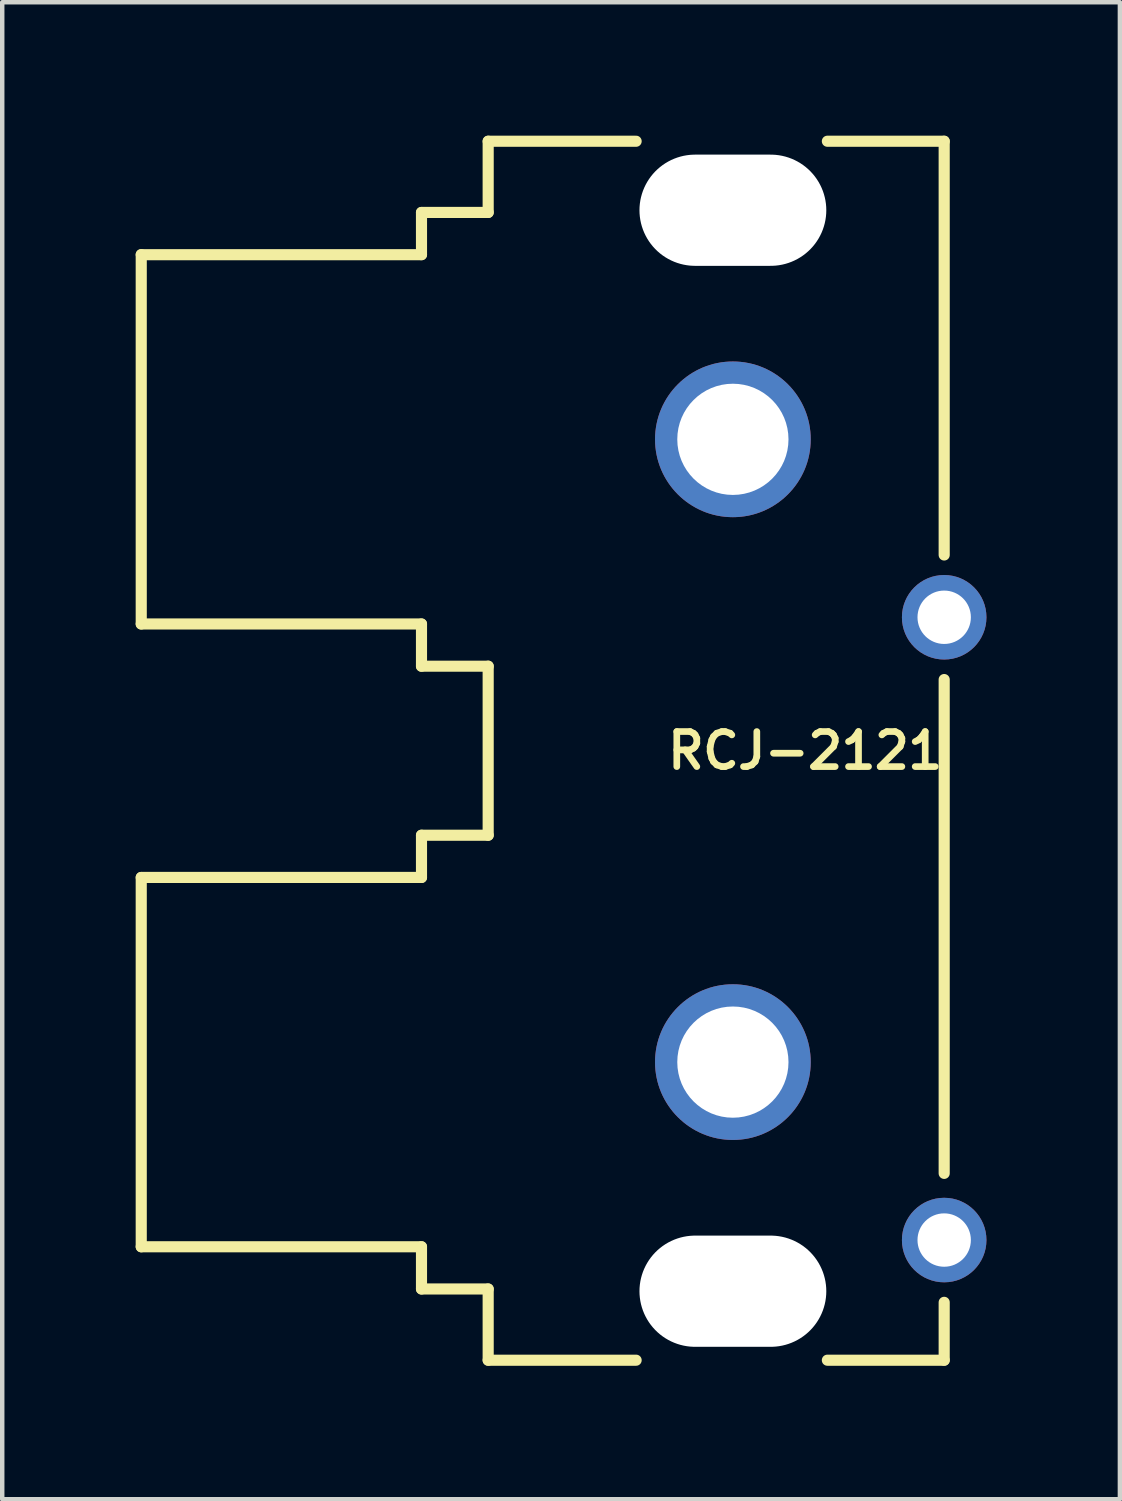
<source format=kicad_pcb>
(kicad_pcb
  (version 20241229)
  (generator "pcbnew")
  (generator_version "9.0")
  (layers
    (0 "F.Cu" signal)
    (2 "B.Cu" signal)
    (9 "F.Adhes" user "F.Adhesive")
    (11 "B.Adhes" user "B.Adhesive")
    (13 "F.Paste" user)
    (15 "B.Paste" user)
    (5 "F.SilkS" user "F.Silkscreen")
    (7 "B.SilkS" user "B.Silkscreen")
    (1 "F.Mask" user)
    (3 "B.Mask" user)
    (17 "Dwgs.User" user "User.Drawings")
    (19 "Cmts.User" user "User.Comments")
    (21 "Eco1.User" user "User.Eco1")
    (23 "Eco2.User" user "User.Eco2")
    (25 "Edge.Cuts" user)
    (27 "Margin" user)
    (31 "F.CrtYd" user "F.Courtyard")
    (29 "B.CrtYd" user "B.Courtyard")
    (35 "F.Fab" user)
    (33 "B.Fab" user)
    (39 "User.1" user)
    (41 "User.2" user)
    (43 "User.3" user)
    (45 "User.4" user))
  (footprint "RCJ-2121"
    (layer "F.Cu")
    (at 15.05 13.826)
    (property "Reference" "RCJ-2121" (at 0 0 0) (layer "F.SilkS") (effects (font (size 0.787 0.787) (thickness 0.15))))
    (attr through_hole)
    (fp_line (start -14.925 -11.151) (end -8.625 -11.151) (stroke (width 0.25) (type solid)) (layer "F.SilkS"))
    (fp_line (start -14.925 -2.849) (end -14.925 -11.151) (stroke (width 0.25) (type solid)) (layer "F.SilkS"))
    (fp_line (start -14.925 -2.849) (end -8.625 -2.849) (stroke (width 0.25) (type solid)) (layer "F.SilkS"))
    (fp_line (start -14.925 2.849) (end -8.625 2.849) (stroke (width 0.25) (type solid)) (layer "F.SilkS"))
    (fp_line (start -14.925 11.151) (end -14.925 2.849) (stroke (width 0.25) (type solid)) (layer "F.SilkS"))
    (fp_line (start -14.925 11.151) (end -8.625 11.151) (stroke (width 0.25) (type solid)) (layer "F.SilkS"))
    (fp_line (start -8.625 -12.1) (end -7.126 -12.1) (stroke (width 0.25) (type solid)) (layer "F.SilkS"))
    (fp_line (start -8.625 -11.151) (end -8.625 -12.1) (stroke (width 0.25) (type solid)) (layer "F.SilkS"))
    (fp_line (start -8.625 -2.849) (end -8.625 -1.9) (stroke (width 0.25) (type solid)) (layer "F.SilkS"))
    (fp_line (start -8.625 -1.9) (end -7.126 -1.9) (stroke (width 0.25) (type solid)) (layer "F.SilkS"))
    (fp_line (start -8.625 1.9) (end -7.126 1.9) (stroke (width 0.25) (type solid)) (layer "F.SilkS"))
    (fp_line (start -8.625 2.849) (end -8.625 1.9) (stroke (width 0.25) (type solid)) (layer "F.SilkS"))
    (fp_line (start -8.625 11.151) (end -8.625 12.1) (stroke (width 0.25) (type solid)) (layer "F.SilkS"))
    (fp_line (start -8.625 12.1) (end -7.126 12.1) (stroke (width 0.25) (type solid)) (layer "F.SilkS"))
    (fp_line (start -7.126 -12.1) (end -7.126 -13.701) (stroke (width 0.25) (type solid)) (layer "F.SilkS"))
    (fp_line (start -7.126 1.9) (end -7.126 -1.9) (stroke (width 0.25) (type solid)) (layer "F.SilkS"))
    (fp_line (start -7.126 13.701) (end -7.126 12.1) (stroke (width 0.25) (type solid)) (layer "F.SilkS"))
    (fp_line (start -3.8 -13.701) (end -7.126 -13.701) (stroke (width 0.25) (type solid)) (layer "F.SilkS"))
    (fp_line (start -3.8 13.701) (end -7.126 13.701) (stroke (width 0.25) (type solid)) (layer "F.SilkS"))
    (fp_line (start 0.499 -13.701) (end 3.125 -13.701) (stroke (width 0.25) (type solid)) (layer "F.SilkS"))
    (fp_line (start 0.499 13.701) (end 3.125 13.701) (stroke (width 0.25) (type solid)) (layer "F.SilkS"))
    (fp_line (start 3.125 -4.4) (end 3.125 -13.701) (stroke (width 0.25) (type solid)) (layer "F.SilkS"))
    (fp_line (start 3.125 9.501) (end 3.125 -1.6) (stroke (width 0.25) (type solid)) (layer "F.SilkS"))
    (fp_line (start 3.125 13.701) (end 3.125 12.4) (stroke (width 0.25) (type solid)) (layer "F.SilkS"))
    (pad "" np_thru_hole oval (at -1.625 -12.15) (size 4.2 2.5) (drill oval 4.2 2.5) (layers "*.Cu"))
    (pad "" np_thru_hole oval (at -1.625 12.15) (size 4.2 2.5) (drill oval 4.2 2.5) (layers "*.Cu"))
    (pad "1" thru_hole circle (at -1.625 -7) (size 3.5 3.5) (drill 2.5) (layers "*.Cu" "*.Mask"))
    (pad "2" thru_hole circle (at 3.125 -3) (size 1.9 1.9) (drill 1.2) (layers "*.Cu" "*.Mask"))
    (pad "3" thru_hole circle (at -1.625 7) (size 3.5 3.5) (drill 2.5) (layers "*.Cu" "*.Mask"))
    (pad "4" thru_hole circle (at 3.125 11) (size 1.9 1.9) (drill 1.2) (layers "*.Cu" "*.Mask")))
  (gr_rect
    (start -3 -3)
    (end 22.125 30.652)
    (stroke (width 0.1) (type default))
    (fill no)
    (layer "Edge.Cuts")))
</source>
